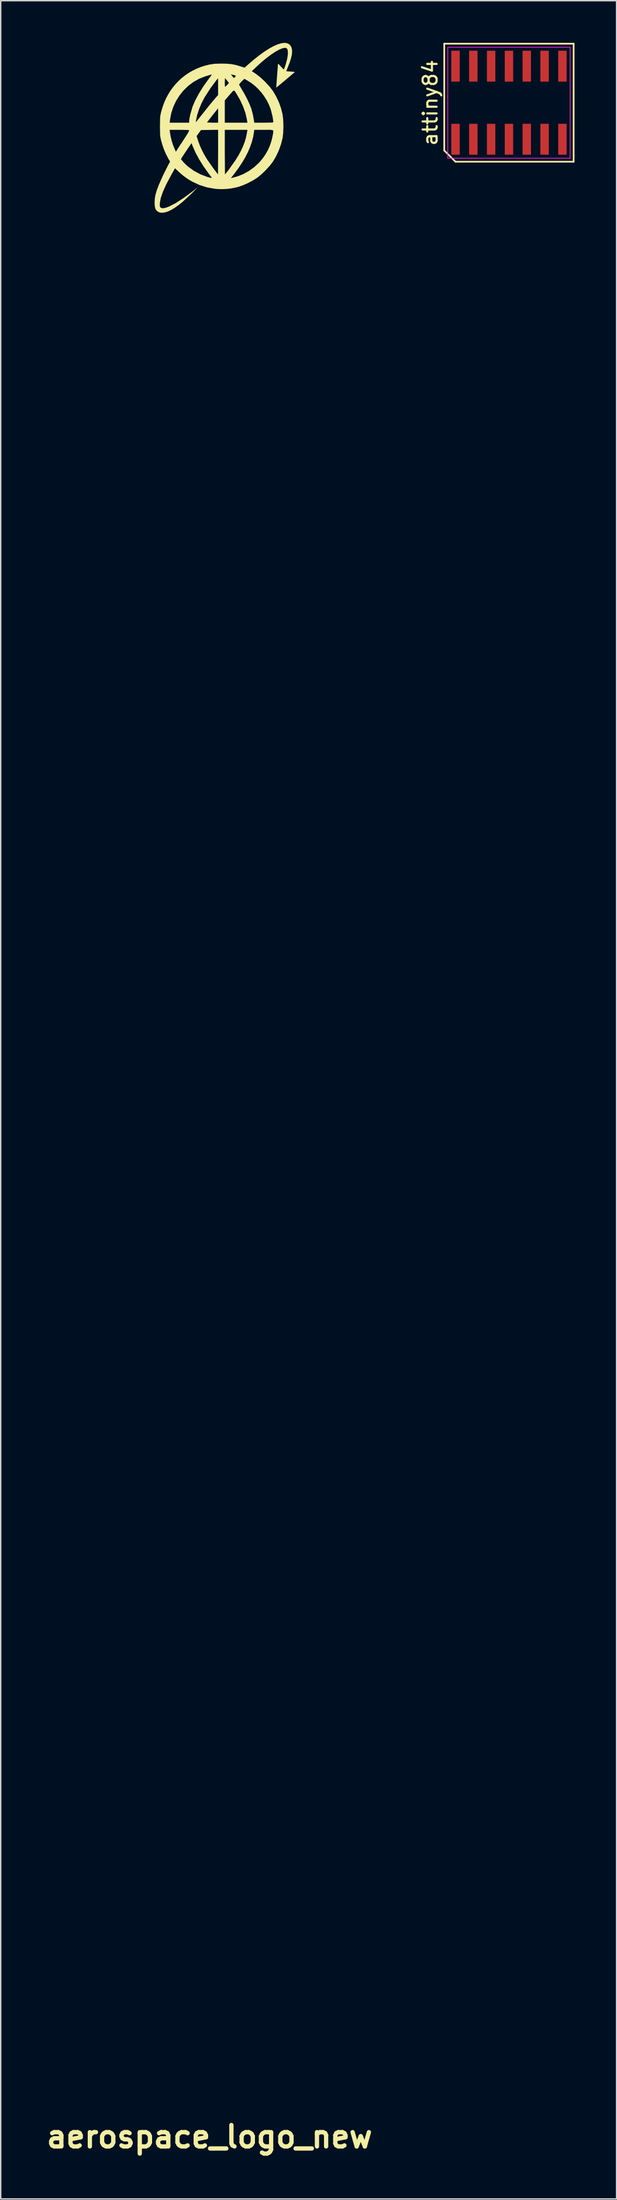
<source format=kicad_pcb>
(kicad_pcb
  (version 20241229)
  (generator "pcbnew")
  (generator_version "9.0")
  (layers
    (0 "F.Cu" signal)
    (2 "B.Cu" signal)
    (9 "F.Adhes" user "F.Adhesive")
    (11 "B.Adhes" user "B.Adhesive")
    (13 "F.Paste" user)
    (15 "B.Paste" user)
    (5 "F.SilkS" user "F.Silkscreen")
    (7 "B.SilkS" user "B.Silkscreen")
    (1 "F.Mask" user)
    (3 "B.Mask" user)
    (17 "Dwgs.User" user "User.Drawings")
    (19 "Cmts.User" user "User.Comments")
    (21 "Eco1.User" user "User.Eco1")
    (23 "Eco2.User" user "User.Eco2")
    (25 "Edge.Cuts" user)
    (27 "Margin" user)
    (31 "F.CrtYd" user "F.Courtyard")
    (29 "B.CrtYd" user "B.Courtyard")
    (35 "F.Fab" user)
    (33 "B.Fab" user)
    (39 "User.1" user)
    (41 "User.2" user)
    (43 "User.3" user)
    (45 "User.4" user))
  (footprint "attiny84"
    (layer "F.Cu")
    (at 33.218 4.26)
    (property "Reference" "attiny84" (at -5.61 0 90) (layer "F.SilkS") (effects (font (size 1 1) (thickness 0.15))))
    (attr smd)
    (fp_line (start -4.61 -4.2) (end 4.61 -4.2) (stroke (width 0.12) (type solid)) (layer "F.SilkS"))
    (fp_line (start -4.61 3.4) (end -4.61 -4.2) (stroke (width 0.12) (type solid)) (layer "F.SilkS"))
    (fp_line (start -3.81 4.2) (end -4.61 3.4) (stroke (width 0.12) (type solid)) (layer "F.SilkS"))
    (fp_line (start 4.61 -4.2) (end 4.61 4.2) (stroke (width 0.12) (type solid)) (layer "F.SilkS"))
    (fp_line (start 4.61 4.2) (end -3.81 4.2) (stroke (width 0.12) (type solid)) (layer "F.SilkS"))
    (fp_line (start -4.36 -3.95) (end 4.36 -3.95) (stroke (width 0.05) (type solid)) (layer "F.CrtYd"))
    (fp_line (start -4.36 3.95) (end -4.36 -3.95) (stroke (width 0.05) (type solid)) (layer "F.CrtYd"))
    (fp_line (start 4.36 -3.95) (end 4.36 3.95) (stroke (width 0.05) (type solid)) (layer "F.CrtYd"))
    (fp_line (start 4.36 3.95) (end -4.36 3.95) (stroke (width 0.05) (type solid)) (layer "F.CrtYd"))
    (pad "1" smd rect (at -3.81 2.6) (size 0.6 2.2) (layers "F.Cu" "F.Mask" "F.Paste"))
    (pad "2" smd rect (at -2.54 2.6) (size 0.6 2.2) (layers "F.Cu" "F.Mask" "F.Paste"))
    (pad "3" smd rect (at -1.27 2.6) (size 0.6 2.2) (layers "F.Cu" "F.Mask" "F.Paste"))
    (pad "4" smd rect (at 0 2.6) (size 0.6 2.2) (layers "F.Cu" "F.Mask" "F.Paste"))
    (pad "5" smd rect (at 1.27 2.6) (size 0.6 2.2) (layers "F.Cu" "F.Mask" "F.Paste"))
    (pad "6" smd rect (at 2.54 2.6) (size 0.6 2.2) (layers "F.Cu" "F.Mask" "F.Paste"))
    (pad "7" smd rect (at 3.81 2.6) (size 0.6 2.2) (layers "F.Cu" "F.Mask" "F.Paste"))
    (pad "8" smd rect (at 3.81 -2.6) (size 0.6 2.2) (layers "F.Cu" "F.Mask" "F.Paste"))
    (pad "9" smd rect (at 2.54 -2.6) (size 0.6 2.2) (layers "F.Cu" "F.Mask" "F.Paste"))
    (pad "10" smd rect (at 1.27 -2.6) (size 0.6 2.2) (layers "F.Cu" "F.Mask" "F.Paste"))
    (pad "11" smd rect (at 0 -2.6) (size 0.6 2.2) (layers "F.Cu" "F.Mask" "F.Paste"))
    (pad "12" smd rect (at -1.27 -2.6) (size 0.6 2.2) (layers "F.Cu" "F.Mask" "F.Paste"))
    (pad "13" smd rect (at -2.54 -2.6) (size 0.6 2.2) (layers "F.Cu" "F.Mask" "F.Paste"))
    (pad "14" smd rect (at -3.81 -2.6) (size 0.6 2.2) (layers "F.Cu" "F.Mask" "F.Paste")))
  (footprint "aerospace_logo_new"
    (layer "F.Cu")
    (at 11.88 4.429)
    (property "Reference" "aerospace_logo_new" (at 0 144.593 0) (layer "F.SilkS") (effects (font (size 1.524 1.524) (thickness 0.305))))
    (attr exclude_from_pos_files exclude_from_bom)
    (fp_poly (pts (xy 5.344 -4.428) (xy 5.122 -4.402) (xy 4.865 -4.326) (xy 4.578 -4.201) (xy 4.261 -4.029) (xy 3.918 -3.811) (xy 3.551 -3.547) (xy 3.162 -3.239) (xy 2.753 -2.889) (xy 2.495 -2.66) (xy 2.224 -2.751) (xy 1.895 -2.849) (xy 1.585 -2.912) (xy 1.251 -2.944) (xy 0.85 -2.953) (xy 0.351 -2.939) (xy -0.021 -2.881) (xy -0.337 -2.802) (xy -0.641 -2.702) (xy -0.934 -2.583) (xy -1.216 -2.445) (xy -1.484 -2.289) (xy -1.74 -2.115) (xy -1.982 -1.923) (xy -2.209 -1.715) (xy -2.422 -1.491) (xy -2.619 -1.252) (xy -2.801 -0.998) (xy -2.965 -0.729) (xy -3.112 -0.447) (xy -3.241 -0.152) (xy -3.352 0.156) (xy -3.444 0.475) (xy -3.492 0.684) (xy -3.519 0.874) (xy -3.532 1.507) (xy -3.52 2.141) (xy -3.493 2.329) (xy -3.445 2.538) (xy -3.349 2.865) (xy -3.232 3.192) (xy -3.098 3.501) (xy -2.956 3.775) (xy -2.811 4.026) (xy -2.944 4.267) (xy -3.305 4.983) (xy -3.623 5.703) (xy -3.763 6.081) (xy -3.852 6.388) (xy -3.899 6.661) (xy -3.913 6.939) (xy -3.902 7.193) (xy -3.861 7.373) (xy -3.782 7.502) (xy -3.657 7.599) (xy -3.516 7.657) (xy -3.316 7.659) (xy -3.133 7.628) (xy -2.93 7.558) (xy -2.706 7.448) (xy -2.464 7.301) (xy -2.203 7.116) (xy -1.926 6.893) (xy -1.325 6.341) (xy -0.833 5.853) (xy -1.135 6.088) (xy -1.823 6.597) (xy -2.413 6.978) (xy -2.899 7.227) (xy -3.101 7.3) (xy -3.273 7.339) (xy -3.401 7.342) (xy -3.486 7.288) (xy -3.524 7.242) (xy -3.543 7.189) (xy -3.54 6.974) (xy -3.474 6.613) (xy -3.32 6.167) (xy -3.079 5.634) (xy -2.749 5.011) (xy -2.46 4.496) (xy -2.395 4.557) (xy -2.395 3.322) (xy -2.481 3.13) (xy -2.6 2.837) (xy -2.696 2.544) (xy -2.767 2.252) (xy -2.814 1.963) (xy -2.839 1.761) (xy -2.839 1.761) (xy -2.146 1.761) (xy -1.548 1.77) (xy -1.467 1.788) (xy -1.452 1.824) (xy -1.452 1.252) (xy -2.146 1.252) (xy -2.839 1.252) (xy -2.813 1.035) (xy -2.727 0.575) (xy -2.583 0.131) (xy -2.385 -0.292) (xy -2.138 -0.687) (xy -1.845 -1.049) (xy -1.511 -1.371) (xy -1.141 -1.648) (xy -0.738 -1.874) (xy -0.325 -2.038) (xy 0.083 -2.161) (xy 0.142 -2.17) (xy 0.142 -2.171) (xy 0.15 -2.154) (xy 0.12 -2.101) (xy -0.083 -1.829) (xy -0.439 -1.33) (xy -0.754 -0.825) (xy -1.016 -0.337) (xy -1.209 0.11) (xy -1.373 0.679) (xy -1.43 0.958) (xy -1.452 1.154) (xy -1.452 1.252) (xy -1.452 1.824) (xy -1.452 1.824) (xy -1.558 2.025) (xy -1.811 2.419) (xy -2.283 3.137) (xy -2.395 3.322) (xy -2.395 4.557) (xy -2.171 4.767) (xy -1.948 4.963) (xy -1.716 5.142) (xy -1.475 5.305) (xy -1.226 5.451) (xy -0.709 5.69) (xy -0.169 5.86) (xy 0.116 5.91) (xy 0.116 5.186) (xy -0.15 5.115) (xy -0.652 4.925) (xy -1.12 4.673) (xy -1.536 4.371) (xy -1.718 4.205) (xy -1.881 4.031) (xy -2.036 3.849) (xy -1.964 3.723) (xy -1.587 3.153) (xy -1.282 2.708) (xy -1.282 2.708) (xy -1.193 2.941) (xy -0.996 3.385) (xy -0.966 3.44) (xy -0.966 1.201) (xy -0.973 1.187) (xy -0.961 1.094) (xy -0.878 0.699) (xy -0.744 0.283) (xy -0.565 -0.141) (xy -0.345 -0.562) (xy 0.077 -1.214) (xy 0.499 -1.781) (xy 0.61 -1.908) (xy 0.61 -1.908) (xy 0.611 -1.312) (xy 0.612 -0.715) (xy 0.491 -0.581) (xy 0 0) (xy -0.593 0.744) (xy -0.944 1.186) (xy -0.966 1.201) (xy -0.966 3.44) (xy -0.736 3.866) (xy -0.427 4.36) (xy -0.083 4.842) (xy 0.147 5.152) (xy 0.154 5.181) (xy 0.116 5.186) (xy 0.116 5.91) (xy 0.387 5.958) (xy 0.604 5.974) (xy 0.604 4.937) (xy 0.27 4.497) (xy -0.168 3.873) (xy -0.363 3.549) (xy -0.538 3.215) (xy -0.687 2.883) (xy -0.804 2.566) (xy -0.92 2.206) (xy -0.764 1.991) (xy -0.608 1.777) (xy 0.002 1.768) (xy 0.612 1.759) (xy 0.612 1.253) (xy 0.215 1.253) (xy -0.182 1.236) (xy 0.215 0.724) (xy 0.612 0.229) (xy 0.612 0.229) (xy 0.612 0.741) (xy 0.612 1.253) (xy 0.612 1.759) (xy 0.612 1.759) (xy 0.612 1.76) (xy 0.612 3.349) (xy 0.604 4.937) (xy 0.604 5.974) (xy 0.67 5.979) (xy 0.955 5.982) (xy 1.101 5.974) (xy 1.101 4.937) (xy 1.089 3.349) (xy 1.089 1.761) (xy 1.089 1.761) (xy 1.895 1.761) (xy 2.7 1.761) (xy 2.7 1.253) (xy 1.894 1.253) (xy 1.089 1.253) (xy 1.089 0.459) (xy 1.089 -0.334) (xy 1.113 -0.362) (xy 1.113 -1.292) (xy 1.096 -1.383) (xy 1.089 -1.607) (xy 1.101 -1.924) (xy 1.101 -1.924) (xy 1.101 -1.924) (xy 1.248 -1.749) (xy 1.383 -1.574) (xy 1.259 -1.435) (xy 1.113 -1.292) (xy 1.113 -0.362) (xy 1.372 -0.662) (xy 1.619 -0.945) (xy 1.691 -1.011) (xy 1.732 -1.026) (xy 1.732 -1.921) (xy 1.626 -2.055) (xy 1.52 -2.189) (xy 1.52 -2.189) (xy 1.61 -2.166) (xy 1.791 -2.125) (xy 1.883 -2.085) (xy 1.808 -1.992) (xy 1.732 -1.921) (xy 1.732 -1.026) (xy 1.743 -1.03) (xy 1.743 -1.03) (xy 1.778 -1.016) (xy 1.812 -0.978) (xy 1.903 -0.838) (xy 2.167 -0.385) (xy 2.389 0.092) (xy 2.557 0.561) (xy 2.658 0.994) (xy 2.7 1.253) (xy 2.7 1.761) (xy 2.7 1.761) (xy 2.661 2.007) (xy 2.6 2.306) (xy 2.512 2.608) (xy 2.396 2.917) (xy 2.25 3.233) (xy 2.074 3.56) (xy 1.866 3.9) (xy 1.351 4.628) (xy 1.101 4.937) (xy 1.101 5.974) (xy 1.24 5.967) (xy 1.526 5.933) (xy 1.526 5.198) (xy 1.78 4.869) (xy 2.071 4.474) (xy 2.327 4.089) (xy 2.549 3.712) (xy 2.738 3.342) (xy 2.894 2.978) (xy 3.018 2.619) (xy 3.11 2.264) (xy 3.17 1.911) (xy 3.189 1.761) (xy 3.87 1.761) (xy 3.87 1.253) (xy 3.189 1.253) (xy 3.168 1.102) (xy 3.087 0.657) (xy 2.975 0.244) (xy 2.858 -0.056) (xy 2.685 -0.425) (xy 2.488 -0.801) (xy 2.297 -1.123) (xy 2.105 -1.458) (xy 2.16 -1.54) (xy 2.293 -1.683) (xy 2.481 -1.869) (xy 2.481 -1.869) (xy 2.69 -1.752) (xy 2.966 -1.579) (xy 3.228 -1.375) (xy 3.474 -1.144) (xy 3.7 -0.89) (xy 3.905 -0.616) (xy 4.085 -0.326) (xy 4.237 -0.022) (xy 4.36 0.293) (xy 4.487 0.783) (xy 4.551 1.193) (xy 4.535 1.226) (xy 4.452 1.244) (xy 3.87 1.253) (xy 3.87 1.761) (xy 3.87 1.761) (xy 4.311 1.76) (xy 4.311 1.76) (xy 4.311 1.76) (xy 4.479 1.779) (xy 4.522 1.802) (xy 4.544 1.837) (xy 4.54 1.958) (xy 4.502 2.161) (xy 4.444 2.434) (xy 4.368 2.698) (xy 4.273 2.955) (xy 4.159 3.203) (xy 4.027 3.442) (xy 3.877 3.672) (xy 3.709 3.893) (xy 3.523 4.103) (xy 3.186 4.416) (xy 2.807 4.689) (xy 2.404 4.912) (xy 1.994 5.073) (xy 1.633 5.175) (xy 1.526 5.198) (xy 1.526 5.933) (xy 1.527 5.933) (xy 1.813 5.88) (xy 2.098 5.808) (xy 2.413 5.695) (xy 2.769 5.535) (xy 3.119 5.348) (xy 3.416 5.159) (xy 3.701 4.926) (xy 4.009 4.629) (xy 4.296 4.315) (xy 4.514 4.031) (xy 4.743 3.644) (xy 4.939 3.224) (xy 5.096 2.785) (xy 5.208 2.341) (xy 5.251 1.971) (xy 5.266 1.506) (xy 5.251 1.041) (xy 5.208 0.672) (xy 5.097 0.227) (xy 4.944 -0.201) (xy 4.75 -0.613) (xy 4.515 -1.009) (xy 4.271 -1.326) (xy 3.955 -1.667) (xy 3.614 -1.984) (xy 3.299 -2.226) (xy 3.016 -2.413) (xy 3.301 -2.686) (xy 3.673 -3.027) (xy 4.034 -3.329) (xy 4.376 -3.587) (xy 4.691 -3.797) (xy 4.97 -3.952) (xy 5.204 -4.047) (xy 5.385 -4.077) (xy 5.452 -4.066) (xy 5.503 -4.037) (xy 5.548 -3.976) (xy 5.577 -3.888) (xy 5.588 -3.637) (xy 5.535 -3.295) (xy 5.421 -2.873) (xy 5.336 -2.629) (xy 5.287 -2.528) (xy 5.074 -2.755) (xy 4.924 -2.92) (xy 4.89 -2.939) (xy 4.877 -2.922) (xy 4.753 -1.236) (xy 5.422 -1.792) (xy 6.086 -2.353) (xy 5.93 -2.374) (xy 5.623 -2.398) (xy 5.517 -2.407) (xy 5.472 -2.424) (xy 5.616 -2.788) (xy 5.73 -3.079) (xy 5.812 -3.343) (xy 5.864 -3.578) (xy 5.885 -3.786) (xy 5.875 -3.966) (xy 5.833 -4.119) (xy 5.762 -4.244) (xy 5.659 -4.342) (xy 5.518 -4.407) (xy 5.344 -4.429) (xy 5.344 -4.428)) (stroke (width 0) (type solid)) (fill yes) (layer "F.SilkS")))
  (gr_rect
    (start -3 -3)
    (end 40.888 153.448)
    (stroke (width 0.1) (type default))
    (fill no)
    (layer "Edge.Cuts")))
</source>
